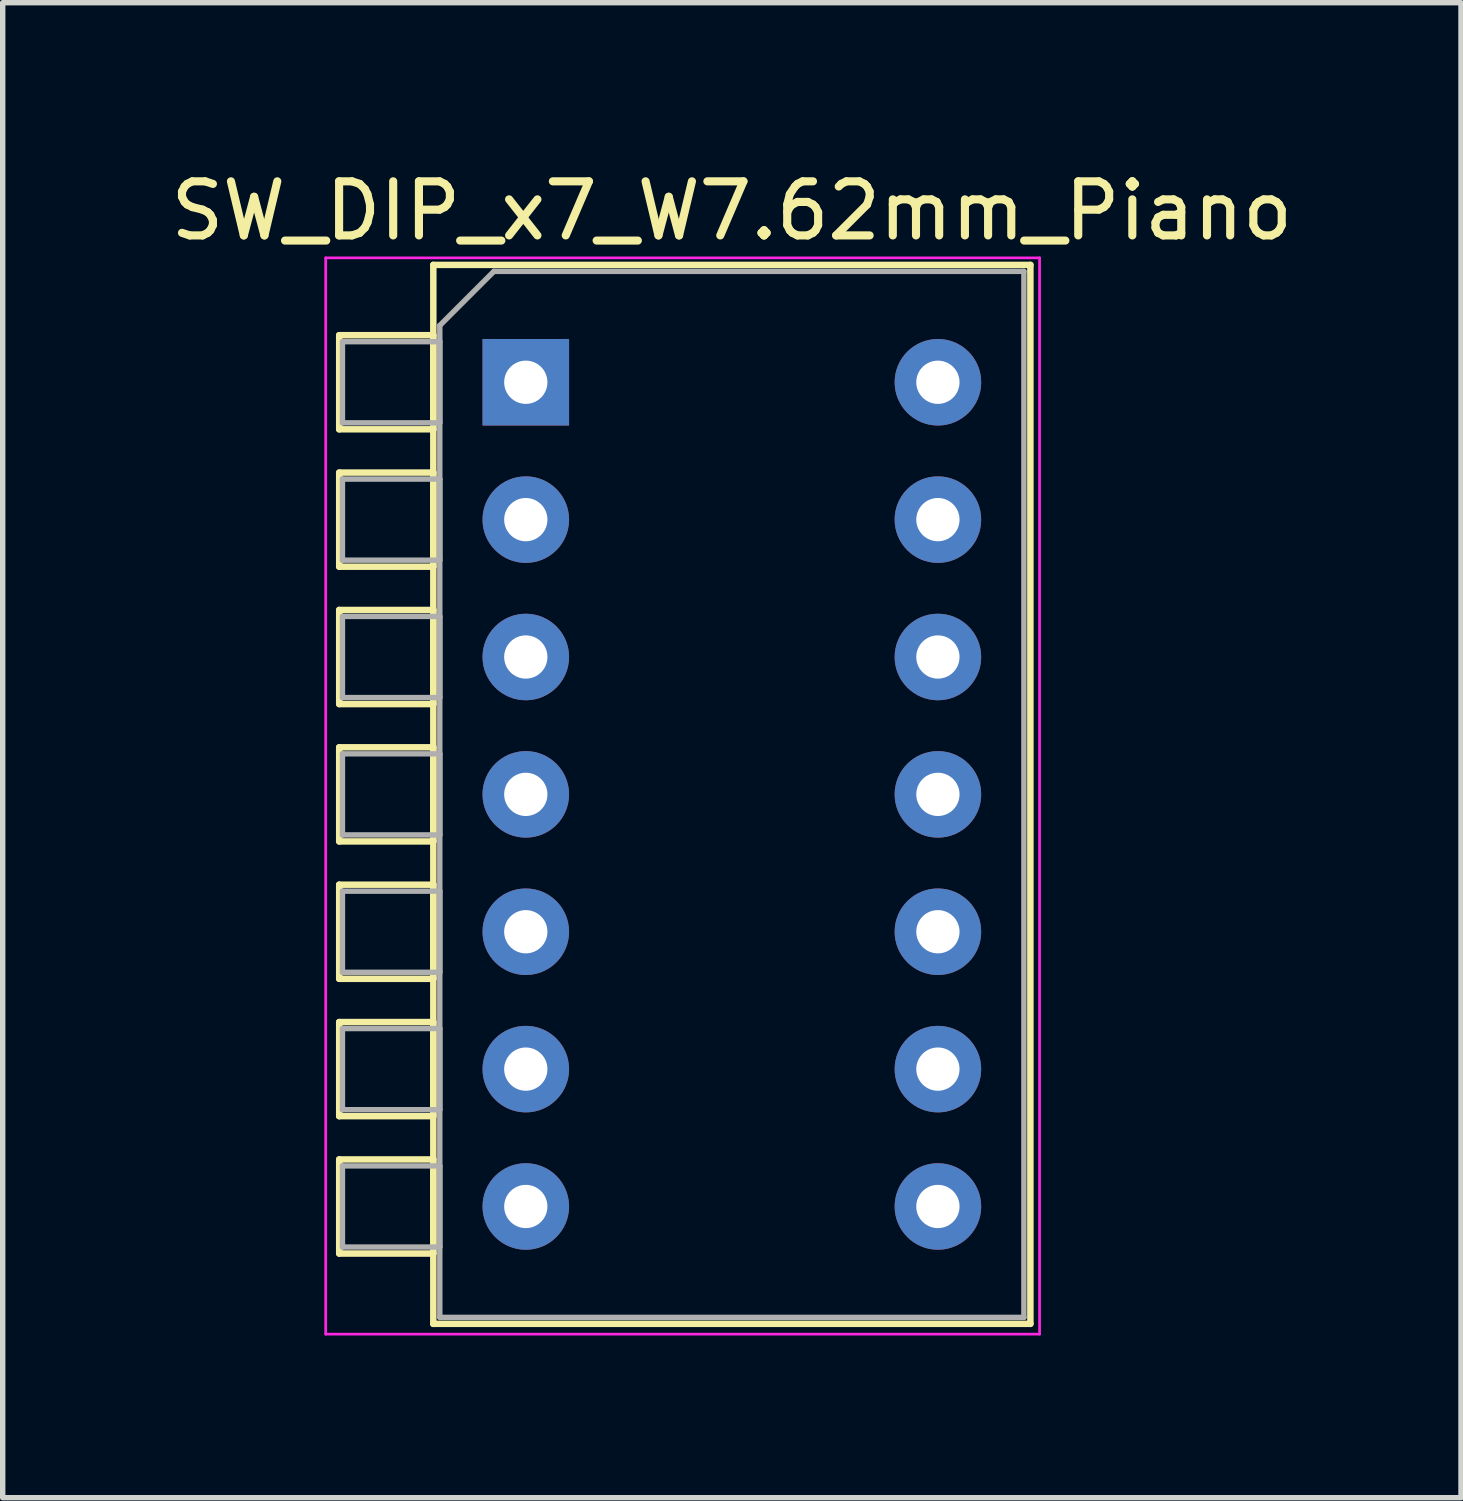
<source format=kicad_pcb>
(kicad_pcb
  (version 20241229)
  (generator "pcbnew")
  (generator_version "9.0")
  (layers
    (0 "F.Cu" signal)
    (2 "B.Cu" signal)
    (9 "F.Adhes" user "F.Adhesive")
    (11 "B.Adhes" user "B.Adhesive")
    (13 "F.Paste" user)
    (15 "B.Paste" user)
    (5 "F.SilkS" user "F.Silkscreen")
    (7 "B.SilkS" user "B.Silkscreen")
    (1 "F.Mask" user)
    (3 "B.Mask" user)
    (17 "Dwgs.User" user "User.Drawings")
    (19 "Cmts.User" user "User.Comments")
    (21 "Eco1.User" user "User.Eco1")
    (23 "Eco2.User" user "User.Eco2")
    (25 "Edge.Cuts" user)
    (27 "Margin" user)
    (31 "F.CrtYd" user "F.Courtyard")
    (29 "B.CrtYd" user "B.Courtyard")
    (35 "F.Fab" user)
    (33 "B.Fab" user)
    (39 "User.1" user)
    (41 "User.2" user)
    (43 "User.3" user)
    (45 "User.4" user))
  (footprint "SW_DIP_x7_W7.62mm_Piano"
    (layer "F.Cu")
    (at 6.672 4.018)
    (property "Reference" "SW_DIP_x7_W7.62mm_Piano" (at 3.81 -3.17 0) (layer "F.SilkS") (effects (font (size 1 1) (thickness 0.15))))
    (attr through_hole)
    (fp_line (start -3.45 -0.87) (end -3.45 0.87) (stroke (width 0.12) (type solid)) (layer "F.SilkS"))
    (fp_line (start -3.45 0.87) (end -1.71 0.87) (stroke (width 0.12) (type solid)) (layer "F.SilkS"))
    (fp_line (start -3.45 1.67) (end -3.45 3.41) (stroke (width 0.12) (type solid)) (layer "F.SilkS"))
    (fp_line (start -3.45 3.41) (end -1.71 3.41) (stroke (width 0.12) (type solid)) (layer "F.SilkS"))
    (fp_line (start -3.45 4.21) (end -3.45 5.95) (stroke (width 0.12) (type solid)) (layer "F.SilkS"))
    (fp_line (start -3.45 5.95) (end -1.71 5.95) (stroke (width 0.12) (type solid)) (layer "F.SilkS"))
    (fp_line (start -3.45 6.75) (end -3.45 8.49) (stroke (width 0.12) (type solid)) (layer "F.SilkS"))
    (fp_line (start -3.45 8.49) (end -1.71 8.49) (stroke (width 0.12) (type solid)) (layer "F.SilkS"))
    (fp_line (start -3.45 9.29) (end -3.45 11.03) (stroke (width 0.12) (type solid)) (layer "F.SilkS"))
    (fp_line (start -3.45 11.03) (end -1.71 11.03) (stroke (width 0.12) (type solid)) (layer "F.SilkS"))
    (fp_line (start -3.45 11.83) (end -3.45 13.57) (stroke (width 0.12) (type solid)) (layer "F.SilkS"))
    (fp_line (start -3.45 13.57) (end -1.71 13.57) (stroke (width 0.12) (type solid)) (layer "F.SilkS"))
    (fp_line (start -3.45 14.37) (end -3.45 16.11) (stroke (width 0.12) (type solid)) (layer "F.SilkS"))
    (fp_line (start -3.45 16.11) (end -1.71 16.11) (stroke (width 0.12) (type solid)) (layer "F.SilkS"))
    (fp_line (start -1.71 -2.17) (end 9.33 -2.17) (stroke (width 0.12) (type solid)) (layer "F.SilkS"))
    (fp_line (start -1.71 -0.87) (end -3.45 -0.87) (stroke (width 0.12) (type solid)) (layer "F.SilkS"))
    (fp_line (start -1.71 0.87) (end -1.71 -0.87) (stroke (width 0.12) (type solid)) (layer "F.SilkS"))
    (fp_line (start -1.71 1.67) (end -3.45 1.67) (stroke (width 0.12) (type solid)) (layer "F.SilkS"))
    (fp_line (start -1.71 3.41) (end -1.71 1.67) (stroke (width 0.12) (type solid)) (layer "F.SilkS"))
    (fp_line (start -1.71 4.21) (end -3.45 4.21) (stroke (width 0.12) (type solid)) (layer "F.SilkS"))
    (fp_line (start -1.71 5.95) (end -1.71 4.21) (stroke (width 0.12) (type solid)) (layer "F.SilkS"))
    (fp_line (start -1.71 6.75) (end -3.45 6.75) (stroke (width 0.12) (type solid)) (layer "F.SilkS"))
    (fp_line (start -1.71 8.49) (end -1.71 6.75) (stroke (width 0.12) (type solid)) (layer "F.SilkS"))
    (fp_line (start -1.71 9.29) (end -3.45 9.29) (stroke (width 0.12) (type solid)) (layer "F.SilkS"))
    (fp_line (start -1.71 11.03) (end -1.71 9.29) (stroke (width 0.12) (type solid)) (layer "F.SilkS"))
    (fp_line (start -1.71 11.83) (end -3.45 11.83) (stroke (width 0.12) (type solid)) (layer "F.SilkS"))
    (fp_line (start -1.71 13.57) (end -1.71 11.83) (stroke (width 0.12) (type solid)) (layer "F.SilkS"))
    (fp_line (start -1.71 14.37) (end -3.45 14.37) (stroke (width 0.12) (type solid)) (layer "F.SilkS"))
    (fp_line (start -1.71 16.11) (end -1.71 14.37) (stroke (width 0.12) (type solid)) (layer "F.SilkS"))
    (fp_line (start -1.71 17.41) (end -1.71 -2.17) (stroke (width 0.12) (type solid)) (layer "F.SilkS"))
    (fp_line (start 9.33 -2.17) (end 9.33 17.41) (stroke (width 0.12) (type solid)) (layer "F.SilkS"))
    (fp_line (start 9.33 17.41) (end -1.71 17.41) (stroke (width 0.12) (type solid)) (layer "F.SilkS"))
    (fp_line (start -3.7 -2.3) (end -3.7 17.6) (stroke (width 0.05) (type solid)) (layer "F.CrtYd"))
    (fp_line (start -3.7 17.6) (end 9.5 17.6) (stroke (width 0.05) (type solid)) (layer "F.CrtYd"))
    (fp_line (start 9.5 -2.3) (end -3.7 -2.3) (stroke (width 0.05) (type solid)) (layer "F.CrtYd"))
    (fp_line (start 9.5 17.6) (end 9.5 -2.3) (stroke (width 0.05) (type solid)) (layer "F.CrtYd"))
    (fp_line (start -3.39 -0.75) (end -1.59 -0.75) (stroke (width 0.1) (type solid)) (layer "F.Fab"))
    (fp_line (start -3.39 0.75) (end -3.39 -0.75) (stroke (width 0.1) (type solid)) (layer "F.Fab"))
    (fp_line (start -3.39 1.79) (end -1.59 1.79) (stroke (width 0.1) (type solid)) (layer "F.Fab"))
    (fp_line (start -3.39 3.29) (end -3.39 1.79) (stroke (width 0.1) (type solid)) (layer "F.Fab"))
    (fp_line (start -3.39 4.33) (end -1.59 4.33) (stroke (width 0.1) (type solid)) (layer "F.Fab"))
    (fp_line (start -3.39 5.83) (end -3.39 4.33) (stroke (width 0.1) (type solid)) (layer "F.Fab"))
    (fp_line (start -3.39 6.87) (end -1.59 6.87) (stroke (width 0.1) (type solid)) (layer "F.Fab"))
    (fp_line (start -3.39 8.37) (end -3.39 6.87) (stroke (width 0.1) (type solid)) (layer "F.Fab"))
    (fp_line (start -3.39 9.41) (end -1.59 9.41) (stroke (width 0.1) (type solid)) (layer "F.Fab"))
    (fp_line (start -3.39 10.91) (end -3.39 9.41) (stroke (width 0.1) (type solid)) (layer "F.Fab"))
    (fp_line (start -3.39 11.95) (end -1.59 11.95) (stroke (width 0.1) (type solid)) (layer "F.Fab"))
    (fp_line (start -3.39 13.45) (end -3.39 11.95) (stroke (width 0.1) (type solid)) (layer "F.Fab"))
    (fp_line (start -3.39 14.49) (end -1.59 14.49) (stroke (width 0.1) (type solid)) (layer "F.Fab"))
    (fp_line (start -3.39 15.99) (end -3.39 14.49) (stroke (width 0.1) (type solid)) (layer "F.Fab"))
    (fp_line (start -1.59 -1.05) (end -0.59 -2.05) (stroke (width 0.1) (type solid)) (layer "F.Fab"))
    (fp_line (start -1.59 -0.75) (end -1.59 0.75) (stroke (width 0.1) (type solid)) (layer "F.Fab"))
    (fp_line (start -1.59 0.75) (end -3.39 0.75) (stroke (width 0.1) (type solid)) (layer "F.Fab"))
    (fp_line (start -1.59 1.79) (end -1.59 3.29) (stroke (width 0.1) (type solid)) (layer "F.Fab"))
    (fp_line (start -1.59 3.29) (end -3.39 3.29) (stroke (width 0.1) (type solid)) (layer "F.Fab"))
    (fp_line (start -1.59 4.33) (end -1.59 5.83) (stroke (width 0.1) (type solid)) (layer "F.Fab"))
    (fp_line (start -1.59 5.83) (end -3.39 5.83) (stroke (width 0.1) (type solid)) (layer "F.Fab"))
    (fp_line (start -1.59 6.87) (end -1.59 8.37) (stroke (width 0.1) (type solid)) (layer "F.Fab"))
    (fp_line (start -1.59 8.37) (end -3.39 8.37) (stroke (width 0.1) (type solid)) (layer "F.Fab"))
    (fp_line (start -1.59 9.41) (end -1.59 10.91) (stroke (width 0.1) (type solid)) (layer "F.Fab"))
    (fp_line (start -1.59 10.91) (end -3.39 10.91) (stroke (width 0.1) (type solid)) (layer "F.Fab"))
    (fp_line (start -1.59 11.95) (end -1.59 13.45) (stroke (width 0.1) (type solid)) (layer "F.Fab"))
    (fp_line (start -1.59 13.45) (end -3.39 13.45) (stroke (width 0.1) (type solid)) (layer "F.Fab"))
    (fp_line (start -1.59 14.49) (end -1.59 15.99) (stroke (width 0.1) (type solid)) (layer "F.Fab"))
    (fp_line (start -1.59 15.99) (end -3.39 15.99) (stroke (width 0.1) (type solid)) (layer "F.Fab"))
    (fp_line (start -1.59 17.29) (end -1.59 -1.05) (stroke (width 0.1) (type solid)) (layer "F.Fab"))
    (fp_line (start -0.59 -2.05) (end 9.21 -2.05) (stroke (width 0.1) (type solid)) (layer "F.Fab"))
    (fp_line (start 9.21 -2.05) (end 9.21 17.29) (stroke (width 0.1) (type solid)) (layer "F.Fab"))
    (fp_line (start 9.21 17.29) (end -1.59 17.29) (stroke (width 0.1) (type solid)) (layer "F.Fab"))
    (pad "1" thru_hole rect (at 0 0) (size 1.6 1.6) (drill 0.8) (layers "*.Cu" "*.Mask"))
    (pad "2" thru_hole oval (at 0 2.54) (size 1.6 1.6) (drill 0.8) (layers "*.Cu" "*.Mask"))
    (pad "3" thru_hole oval (at 0 5.08) (size 1.6 1.6) (drill 0.8) (layers "*.Cu" "*.Mask"))
    (pad "4" thru_hole oval (at 0 7.62) (size 1.6 1.6) (drill 0.8) (layers "*.Cu" "*.Mask"))
    (pad "5" thru_hole oval (at 0 10.16) (size 1.6 1.6) (drill 0.8) (layers "*.Cu" "*.Mask"))
    (pad "6" thru_hole oval (at 0 12.7) (size 1.6 1.6) (drill 0.8) (layers "*.Cu" "*.Mask"))
    (pad "7" thru_hole oval (at 0 15.24) (size 1.6 1.6) (drill 0.8) (layers "*.Cu" "*.Mask"))
    (pad "8" thru_hole oval (at 7.62 15.24) (size 1.6 1.6) (drill 0.8) (layers "*.Cu" "*.Mask"))
    (pad "9" thru_hole oval (at 7.62 12.7) (size 1.6 1.6) (drill 0.8) (layers "*.Cu" "*.Mask"))
    (pad "10" thru_hole oval (at 7.62 10.16) (size 1.6 1.6) (drill 0.8) (layers "*.Cu" "*.Mask"))
    (pad "11" thru_hole oval (at 7.62 7.62) (size 1.6 1.6) (drill 0.8) (layers "*.Cu" "*.Mask"))
    (pad "12" thru_hole oval (at 7.62 5.08) (size 1.6 1.6) (drill 0.8) (layers "*.Cu" "*.Mask"))
    (pad "13" thru_hole oval (at 7.62 2.54) (size 1.6 1.6) (drill 0.8) (layers "*.Cu" "*.Mask"))
    (pad "14" thru_hole oval (at 7.62 0) (size 1.6 1.6) (drill 0.8) (layers "*.Cu" "*.Mask")))
  (gr_rect
    (start -3 -3)
    (end 23.964 24.643)
    (stroke (width 0.1) (type default))
    (fill no)
    (layer "Edge.Cuts")))
</source>
